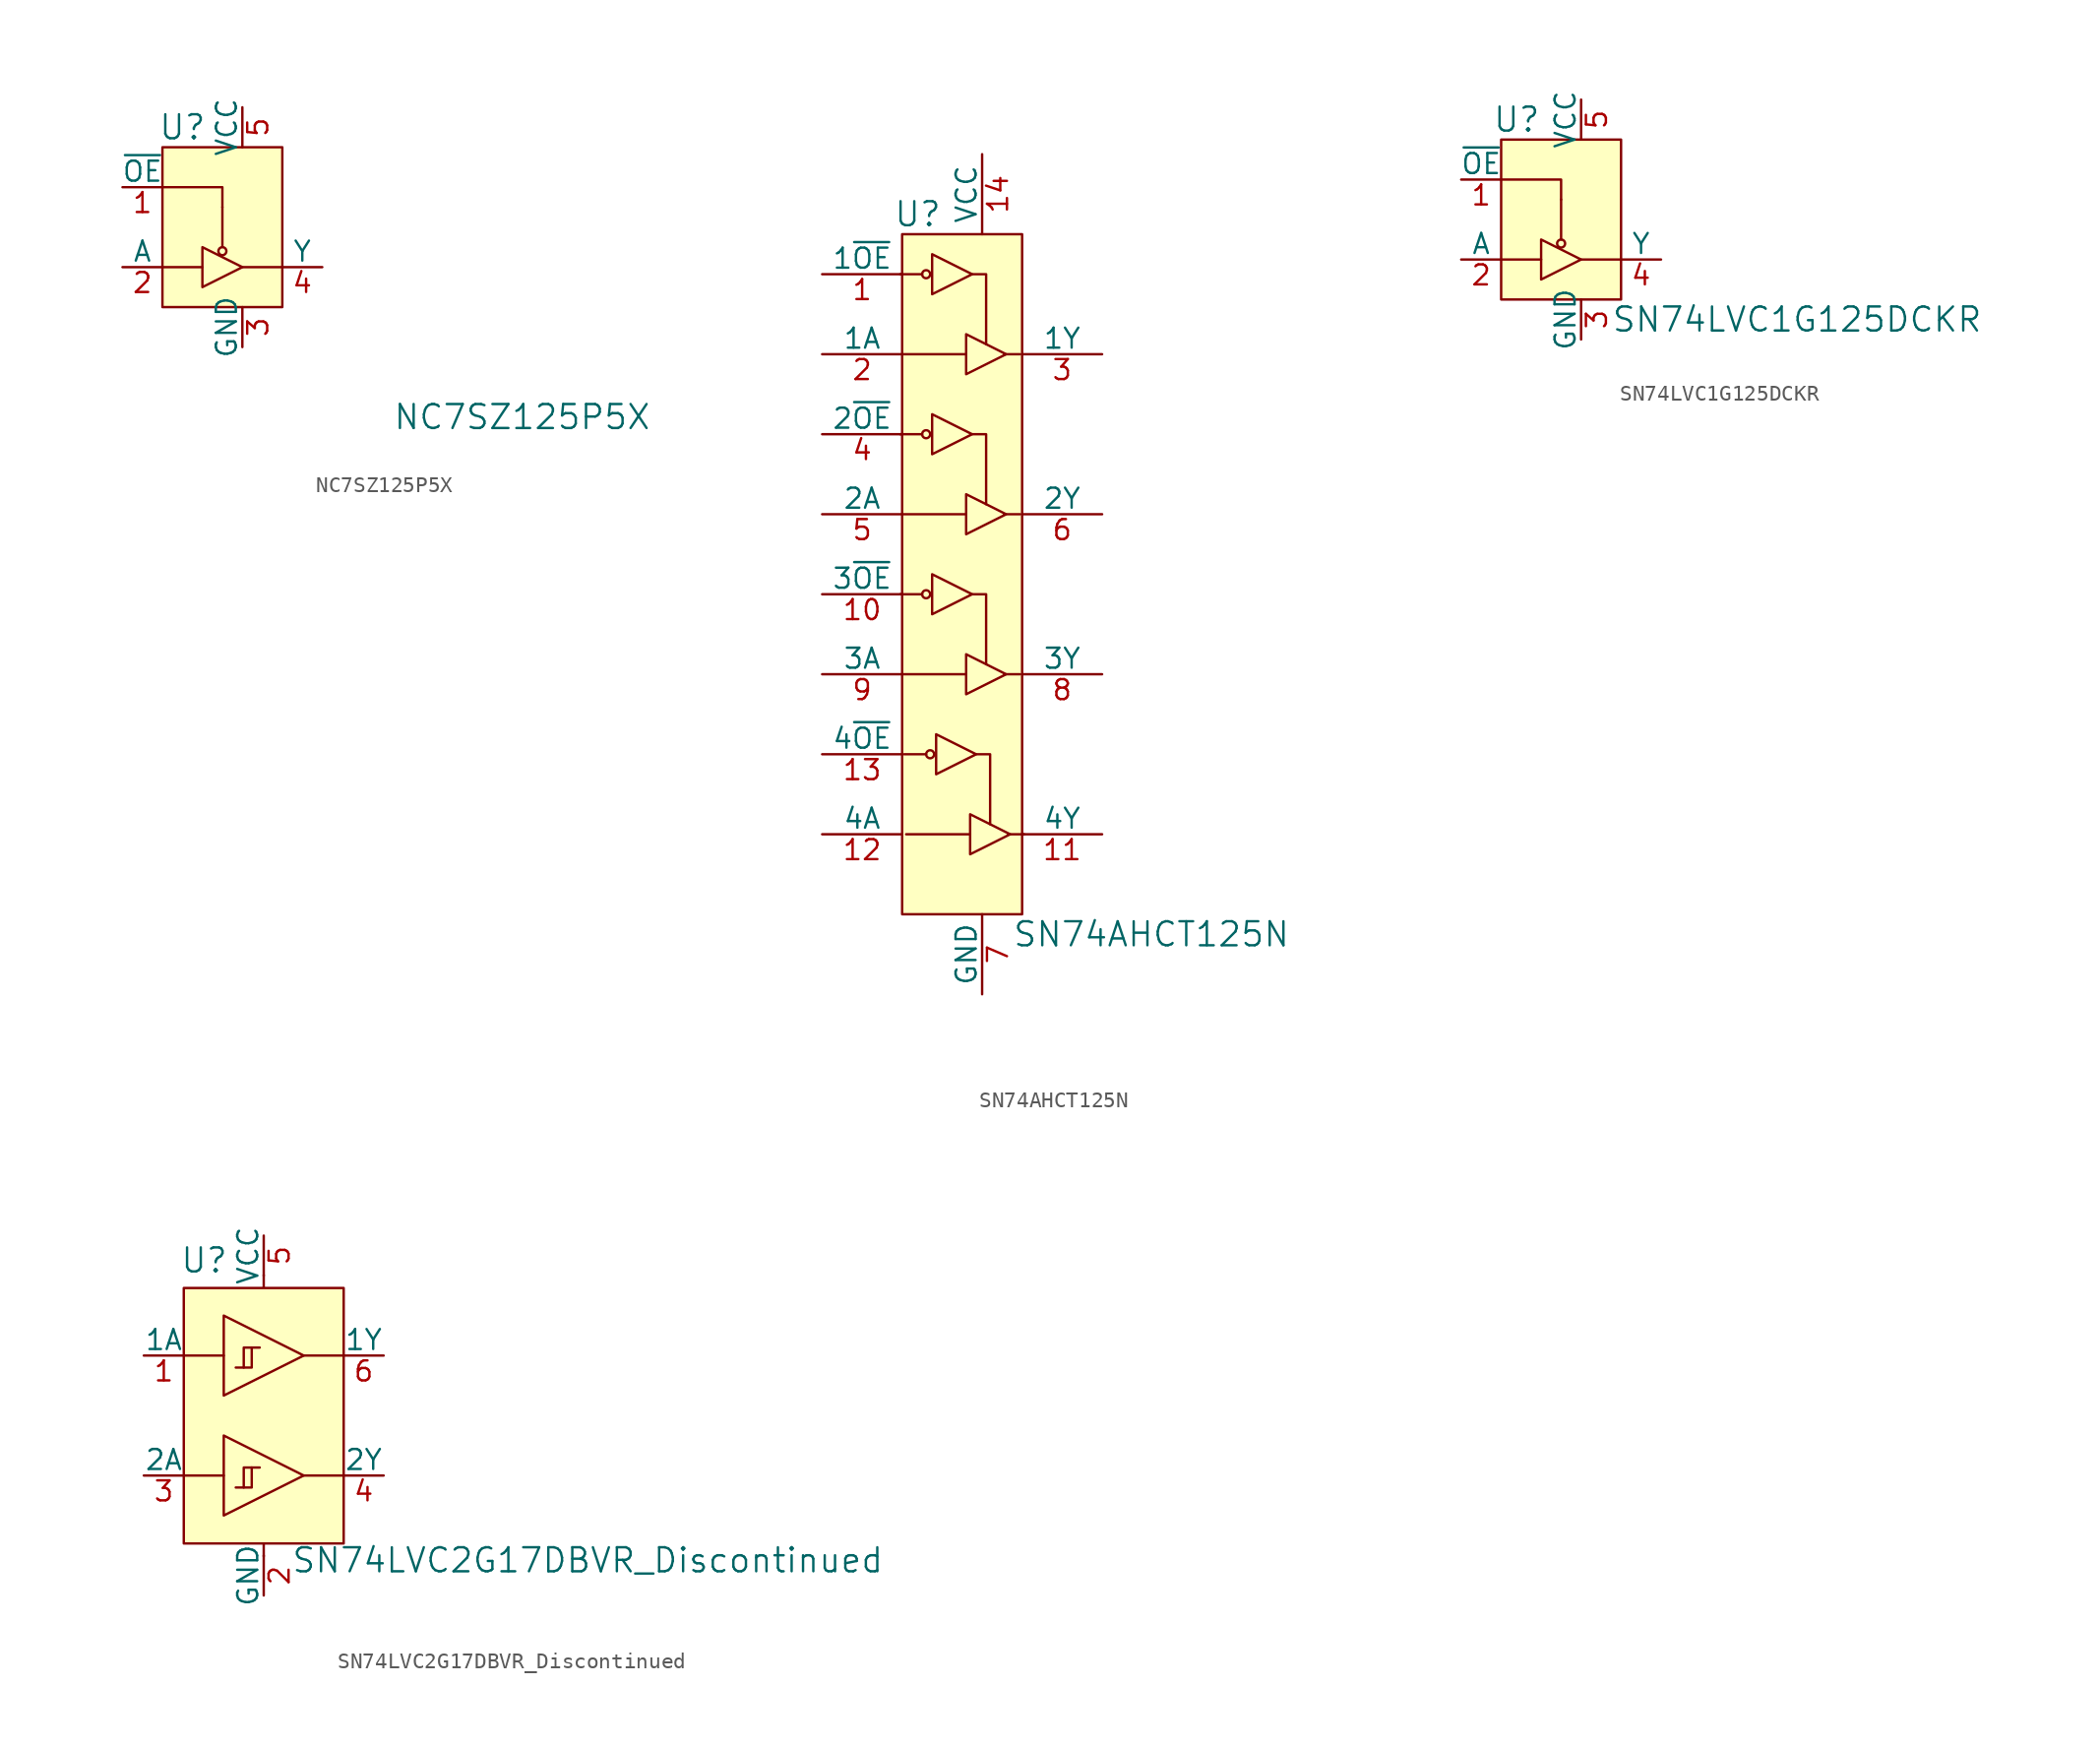
<source format=kicad_sym>
(kicad_symbol_lib
  (version 20220914)
  (generator kicad_symbol_editor)
  (symbol "NC7SZ125P5X"
    (pin_names
      (offset 0))
    (property "Reference" "U"
      (at -3.81 6.35 0)
      (effects (font (size 1.524 1.524))))
    (property "Value" "NC7SZ125P5X"
      (at 17.78 -12.065 0)
      (effects (font (size 1.524 1.524))))
    (symbol "NC7SZ125P5X_0_1"
      (rectangle (start -5.08 5.08) (end 2.54 -5.08) (stroke (width 0) (type solid)) (fill (type background)))
      (circle (center -1.27 -1.524) (radius 0.254) (stroke (width 0) (type solid)) (fill (type none)))
      (polyline (pts (xy -1.27 1.27) (xy -1.27 -1.27)) (stroke (width 0) (type solid)) (fill (type none)))
      (polyline (pts (xy 0 -2.54) (xy 2.54 -2.54)) (stroke (width 0) (type solid)) (fill (type none)))
      (polyline (pts (xy -5.08 2.54) (xy -1.27 2.54) (xy -1.27 1.27)) (stroke (width 0) (type solid)) (fill (type none)))
      (polyline (pts (xy -2.54 -2.54) (xy -3.81 -2.54) (xy -5.08 -2.54)) (stroke (width 0) (type solid)) (fill (type none)))
      (polyline (pts (xy -2.54 -1.27) (xy -2.54 -3.81) (xy 0 -2.54) (xy -2.54 -1.27)) (stroke (width 0) (type solid)) (fill (type none))))
    (symbol "NC7SZ125P5X_1_1"
      (pin input line (at -7.62 2.54 0) (length 2.54) (name "~{OE}" (effects (font (size 1.27 1.27)))) (number "1" (effects (font (size 1.27 1.27)))))
      (pin input line (at -7.62 -2.54 0) (length 2.54) (name "A" (effects (font (size 1.27 1.27)))) (number "2" (effects (font (size 1.27 1.27)))))
      (pin power_in line (at 0 -7.62 90) (length 2.54) (name "GND" (effects (font (size 1.27 1.27)))) (number "3" (effects (font (size 1.27 1.27)))))
      (pin output line (at 5.08 -2.54 180) (length 2.54) (name "Y" (effects (font (size 1.27 1.27)))) (number "4" (effects (font (size 1.27 1.27)))))
      (pin power_in line (at 0 7.62 270) (length 2.54) (name "VCC" (effects (font (size 1.27 1.27)))) (number "5" (effects (font (size 1.27 1.27)))))))
  (symbol "SN74AHCT125N"
    (pin_names
      (offset 0))
    (property "Reference" "U"
      (at -2.54 13.97 0)
      (effects (font (size 1.524 1.524)) (justify right)))
    (property "Value" "SN74AHCT125N"
      (at 1.905 -31.75 0)
      (effects (font (size 1.524 1.524)) (justify left)))
    (symbol "SN74AHCT125N_0_1"
      (rectangle (start -5.08 12.7) (end 2.54 -30.48) (stroke (width 0) (type solid)) (fill (type background)))
      (circle (center -3.556 -10.16) (radius 0.254) (stroke (width 0) (type solid)) (fill (type none)))
      (circle (center -3.556 0) (radius 0.254) (stroke (width 0) (type solid)) (fill (type none)))
      (circle (center -3.556 10.16) (radius 0.254) (stroke (width 0) (type solid)) (fill (type none)))
      (circle (center -3.302 -20.32) (radius 0.254) (stroke (width 0) (type solid)) (fill (type none)))
      (polyline (pts (xy -3.81 -10.16) (xy -5.207 -10.16)) (stroke (width 0) (type solid)) (fill (type none)))
      (polyline (pts (xy -3.81 0) (xy -5.207 0)) (stroke (width 0) (type solid)) (fill (type none)))
      (polyline (pts (xy -3.81 10.16) (xy -5.207 10.16)) (stroke (width 0) (type solid)) (fill (type none)))
      (polyline (pts (xy -3.556 -20.32) (xy -4.953 -20.32)) (stroke (width 0) (type solid)) (fill (type none)))
      (polyline (pts (xy -1.016 -15.24) (xy -5.08 -15.24)) (stroke (width 0) (type solid)) (fill (type none)))
      (polyline (pts (xy -1.016 -5.08) (xy -5.08 -5.08)) (stroke (width 0) (type solid)) (fill (type none)))
      (polyline (pts (xy -1.016 5.08) (xy -5.08 5.08)) (stroke (width 0) (type solid)) (fill (type none)))
      (polyline (pts (xy -0.762 -25.4) (xy -4.826 -25.4)) (stroke (width 0) (type solid)) (fill (type none)))
      (polyline (pts (xy 1.397 -15.24) (xy 2.413 -15.24)) (stroke (width 0) (type solid)) (fill (type none)))
      (polyline (pts (xy 1.397 -5.08) (xy 2.413 -5.08)) (stroke (width 0) (type solid)) (fill (type none)))
      (polyline (pts (xy 1.397 5.08) (xy 2.413 5.08)) (stroke (width 0) (type solid)) (fill (type none)))
      (polyline (pts (xy 1.651 -25.4) (xy 2.667 -25.4)) (stroke (width 0) (type solid)) (fill (type none)))
      (polyline (pts (xy 0.254 -14.605) (xy 0.254 -10.16) (xy -0.635 -10.16)) (stroke (width 0) (type solid)) (fill (type none)))
      (polyline (pts (xy 0.254 -4.445) (xy 0.254 0) (xy -0.635 0)) (stroke (width 0) (type solid)) (fill (type none)))
      (polyline (pts (xy 0.254 5.715) (xy 0.254 10.16) (xy -0.635 10.16)) (stroke (width 0) (type solid)) (fill (type none)))
      (polyline (pts (xy 0.508 -24.765) (xy 0.508 -20.32) (xy -0.381 -20.32)) (stroke (width 0) (type solid)) (fill (type none)))
      (polyline (pts (xy -3.175 -8.89) (xy -3.175 -10.16) (xy -3.175 -11.43) (xy -0.635 -10.16) (xy -3.175 -8.89)) (stroke (width 0) (type solid)) (fill (type none)))
      (polyline (pts (xy -3.175 1.27) (xy -3.175 0) (xy -3.175 -1.27) (xy -0.635 0) (xy -3.175 1.27)) (stroke (width 0) (type solid)) (fill (type none)))
      (polyline (pts (xy -3.175 11.43) (xy -3.175 10.16) (xy -3.175 8.89) (xy -0.635 10.16) (xy -3.175 11.43)) (stroke (width 0) (type solid)) (fill (type none)))
      (polyline (pts (xy -2.921 -19.05) (xy -2.921 -20.32) (xy -2.921 -21.59) (xy -0.381 -20.32) (xy -2.921 -19.05)) (stroke (width 0) (type solid)) (fill (type none)))
      (polyline (pts (xy -1.016 -13.97) (xy -1.016 -15.24) (xy -1.016 -16.51) (xy 1.524 -15.24) (xy -1.016 -13.97)) (stroke (width 0) (type solid)) (fill (type none)))
      (polyline (pts (xy -1.016 -3.81) (xy -1.016 -5.08) (xy -1.016 -6.35) (xy 1.524 -5.08) (xy -1.016 -3.81)) (stroke (width 0) (type solid)) (fill (type none)))
      (polyline (pts (xy -1.016 6.35) (xy -1.016 5.08) (xy -1.016 3.81) (xy 1.524 5.08) (xy -1.016 6.35)) (stroke (width 0) (type solid)) (fill (type none)))
      (polyline (pts (xy -0.762 -24.13) (xy -0.762 -25.4) (xy -0.762 -26.67) (xy 1.778 -25.4) (xy -0.762 -24.13)) (stroke (width 0) (type solid)) (fill (type none))))
    (symbol "SN74AHCT125N_1_1"
      (pin input line (at -10.16 10.16 0) (length 5.08) (name "1~{OE}" (effects (font (size 1.27 1.27)))) (number "1" (effects (font (size 1.27 1.27)))))
      (pin input line (at -10.16 -10.16 0) (length 5.08) (name "3~{OE}" (effects (font (size 1.27 1.27)))) (number "10" (effects (font (size 1.27 1.27)))))
      (pin output line (at 7.62 -25.4 180) (length 5.08) (name "4Y" (effects (font (size 1.27 1.27)))) (number "11" (effects (font (size 1.27 1.27)))))
      (pin input line (at -10.16 -25.4 0) (length 5.08) (name "4A" (effects (font (size 1.27 1.27)))) (number "12" (effects (font (size 1.27 1.27)))))
      (pin input line (at -10.16 -20.32 0) (length 5.08) (name "4~{OE}" (effects (font (size 1.27 1.27)))) (number "13" (effects (font (size 1.27 1.27)))))
      (pin power_in line (at 0 17.78 270) (length 5.08) (name "VCC" (effects (font (size 1.27 1.27)))) (number "14" (effects (font (size 1.27 1.27)))))
      (pin input line (at -10.16 5.08 0) (length 5.08) (name "1A" (effects (font (size 1.27 1.27)))) (number "2" (effects (font (size 1.27 1.27)))))
      (pin output line (at 7.62 5.08 180) (length 5.08) (name "1Y" (effects (font (size 1.27 1.27)))) (number "3" (effects (font (size 1.27 1.27)))))
      (pin input line (at -10.16 0 0) (length 5.08) (name "2~{OE}" (effects (font (size 1.27 1.27)))) (number "4" (effects (font (size 1.27 1.27)))))
      (pin input line (at -10.16 -5.08 0) (length 5.08) (name "2A" (effects (font (size 1.27 1.27)))) (number "5" (effects (font (size 1.27 1.27)))))
      (pin output line (at 7.62 -5.08 180) (length 5.08) (name "2Y" (effects (font (size 1.27 1.27)))) (number "6" (effects (font (size 1.27 1.27)))))
      (pin power_in line (at 0 -35.56 90) (length 5.08) (name "GND" (effects (font (size 1.27 1.27)))) (number "7" (effects (font (size 1.27 1.27)))))
      (pin output line (at 7.62 -15.24 180) (length 5.08) (name "3Y" (effects (font (size 1.27 1.27)))) (number "8" (effects (font (size 1.27 1.27)))))
      (pin input line (at -10.16 -15.24 0) (length 5.08) (name "3A" (effects (font (size 1.27 1.27)))) (number "9" (effects (font (size 1.27 1.27)))))))
  (symbol "SN74LVC1G125DCKR"
    (pin_names
      (offset 0))
    (property "Reference" "U"
      (at -2.54 6.35 0)
      (effects (font (size 1.524 1.524)) (justify right)))
    (property "Value" "SN74LVC1G125DCKR"
      (at 1.905 -6.35 0)
      (effects (font (size 1.524 1.524)) (justify left)))
    (symbol "SN74LVC1G125DCKR_0_1"
      (rectangle (start -5.08 5.08) (end 2.54 -5.08) (stroke (width 0) (type solid)) (fill (type background)))
      (circle (center -1.27 -1.524) (radius 0.254) (stroke (width 0) (type solid)) (fill (type none)))
      (polyline (pts (xy -1.27 1.27) (xy -1.27 -1.27)) (stroke (width 0) (type solid)) (fill (type none)))
      (polyline (pts (xy 0 -2.54) (xy 2.54 -2.54)) (stroke (width 0) (type solid)) (fill (type none)))
      (polyline (pts (xy -5.08 2.54) (xy -1.27 2.54) (xy -1.27 1.27)) (stroke (width 0) (type solid)) (fill (type none)))
      (polyline (pts (xy -2.54 -2.54) (xy -3.81 -2.54) (xy -5.08 -2.54)) (stroke (width 0) (type solid)) (fill (type none)))
      (polyline (pts (xy -2.54 -1.27) (xy -2.54 -3.81) (xy 0 -2.54) (xy -2.54 -1.27)) (stroke (width 0) (type solid)) (fill (type none))))
    (symbol "SN74LVC1G125DCKR_1_1"
      (pin input line (at -7.62 2.54 0) (length 2.54) (name "~{OE}" (effects (font (size 1.27 1.27)))) (number "1" (effects (font (size 1.27 1.27)))))
      (pin input line (at -7.62 -2.54 0) (length 2.54) (name "A" (effects (font (size 1.27 1.27)))) (number "2" (effects (font (size 1.27 1.27)))))
      (pin power_in line (at 0 -7.62 90) (length 2.54) (name "GND" (effects (font (size 1.27 1.27)))) (number "3" (effects (font (size 1.27 1.27)))))
      (pin output line (at 5.08 -2.54 180) (length 2.54) (name "Y" (effects (font (size 1.27 1.27)))) (number "4" (effects (font (size 1.27 1.27)))))
      (pin power_in line (at 0 7.62 270) (length 2.54) (name "VCC" (effects (font (size 1.27 1.27)))) (number "5" (effects (font (size 1.27 1.27)))))))
  (symbol "SN74LVC2G17DBVR_Discontinued"
    (pin_names
      (offset 0))
    (property "Reference" "U"
      (at -5.334 8.585 0)
      (effects (font (size 1.524 1.524)) (justify left)))
    (property "Value" "SN74LVC2G17DBVR_Discontinued"
      (at 1.727 -10.465 0)
      (effects (font (size 1.524 1.524)) (justify left)))
    (symbol "SN74LVC2G17DBVR_Discontinued_0_1"
      (rectangle (start -5.08 6.833) (end 5.08 -9.398) (stroke (width 0) (type solid)) (fill (type background)))
      (polyline (pts (xy -5.08 2.54) (xy -2.54 2.54)) (stroke (width 0) (type solid)) (fill (type none)))
      (polyline (pts (xy -2.54 -5.08) (xy -5.08 -5.08)) (stroke (width 0) (type solid)) (fill (type none)))
      (polyline (pts (xy 0 -10.211) (xy 0 -9.423)) (stroke (width 0) (type solid)) (fill (type none)))
      (polyline (pts (xy 0 7.645) (xy 0 6.883)) (stroke (width 0) (type solid)) (fill (type none)))
      (polyline (pts (xy 5.08 -5.08) (xy 2.54 -5.08)) (stroke (width 0) (type solid)) (fill (type none)))
      (polyline (pts (xy 5.08 2.54) (xy 2.54 2.54)) (stroke (width 0) (type solid)) (fill (type none)))
      (polyline (pts (xy -2.54 -2.54) (xy -2.54 -7.62) (xy 2.54 -5.08) (xy -2.54 -2.54)) (stroke (width 0) (type solid)) (fill (type none)))
      (polyline (pts (xy -2.54 5.08) (xy -2.54 0) (xy 2.54 2.54) (xy -2.54 5.08)) (stroke (width 0) (type solid)) (fill (type none)))
      (polyline (pts (xy -0.762 -4.572) (xy -1.27 -4.572) (xy -1.27 -5.842) (xy -1.778 -5.842)) (stroke (width 0) (type solid)) (fill (type none)))
      (polyline (pts (xy -0.762 3.048) (xy -1.27 3.048) (xy -1.27 1.778) (xy -1.778 1.778)) (stroke (width 0) (type solid)) (fill (type none)))
      (polyline (pts (xy -0.254 -4.572) (xy -0.762 -4.572) (xy -0.762 -5.842) (xy -1.27 -5.842)) (stroke (width 0) (type solid)) (fill (type none)))
      (polyline (pts (xy -0.254 3.048) (xy -0.762 3.048) (xy -0.762 1.778) (xy -1.27 1.778)) (stroke (width 0) (type solid)) (fill (type none))))
    (symbol "SN74LVC2G17DBVR_Discontinued_1_1"
      (pin input line (at -7.62 2.54 0) (length 2.54) (name "1A" (effects (font (size 1.27 1.27)))) (number "1" (effects (font (size 1.27 1.27)))))
      (pin power_in line (at 0 -12.7 90) (length 2.54) (name "GND" (effects (font (size 1.27 1.27)))) (number "2" (effects (font (size 1.27 1.27)))))
      (pin input line (at -7.62 -5.08 0) (length 2.54) (name "2A" (effects (font (size 1.27 1.27)))) (number "3" (effects (font (size 1.27 1.27)))))
      (pin output line (at 7.62 -5.08 180) (length 2.54) (name "2Y" (effects (font (size 1.27 1.27)))) (number "4" (effects (font (size 1.27 1.27)))))
      (pin power_in line (at 0 10.16 270) (length 2.54) (name "VCC" (effects (font (size 1.27 1.27)))) (number "5" (effects (font (size 1.27 1.27)))))
      (pin output line (at 7.62 2.54 180) (length 2.54) (name "1Y" (effects (font (size 1.27 1.27)))) (number "6" (effects (font (size 1.27 1.27))))))))
</source>
